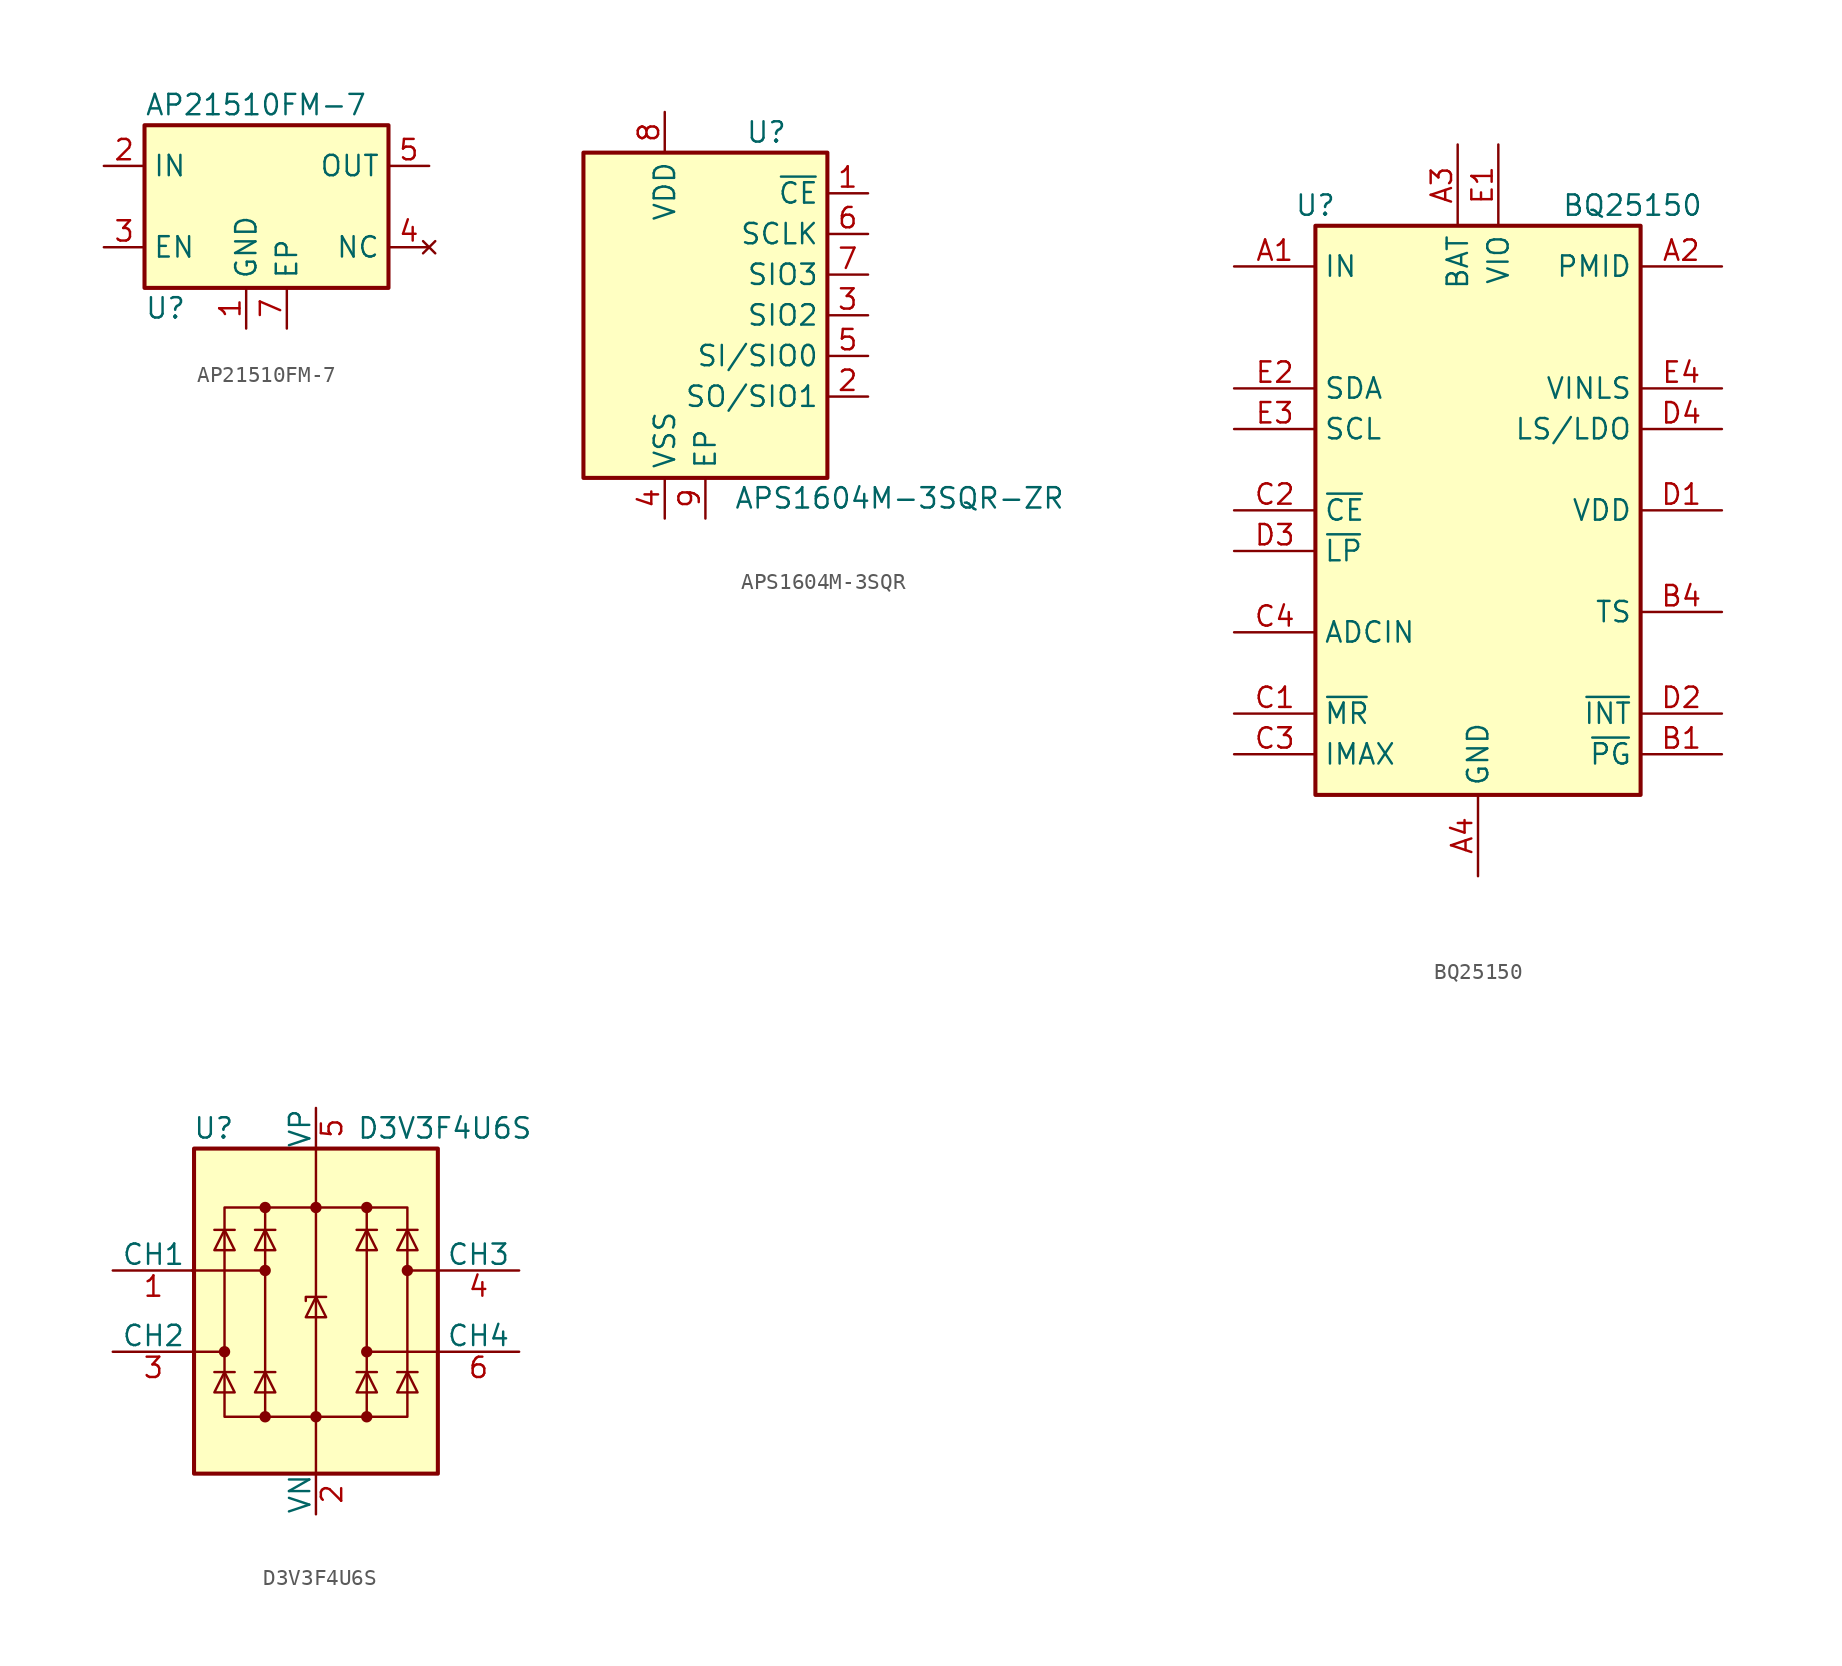
<source format=kicad_sym>
(kicad_symbol_lib
  (version 20231120)
  (generator "kicad_symbol_editor")
  (generator_version "8.0")
  (symbol "AP21510FM-7"
    (property "Reference" "U"
      (at -7.62 -6.35 0)
      (effects (font (size 1.27 1.27)) (justify left)))
    (property "Value" "AP21510FM-7"
      (at -7.62 6.35 0)
      (effects (font (size 1.27 1.27)) (justify left)))
    (symbol "AP21510FM-7_0_1"
      (rectangle (start -7.62 5.08) (end 7.62 -5.08) (stroke (width 0.254) (type default)) (fill (type background))))
    (symbol "AP21510FM-7_1_1"
      (pin power_in line (at -1.27 -7.62 90) (length 2.54) (name "GND" (effects (font (size 1.27 1.27)))) (number "1" (effects (font (size 1.27 1.27)))))
      (pin power_in line (at -10.16 2.54 0) (length 2.54) (name "IN" (effects (font (size 1.27 1.27)))) (number "2" (effects (font (size 1.27 1.27)))))
      (pin input line (at -10.16 -2.54 0) (length 2.54) (name "EN" (effects (font (size 1.27 1.27)))) (number "3" (effects (font (size 1.27 1.27)))))
      (pin no_connect line (at 10.16 -2.54 180) (length 2.54) (name "NC" (effects (font (size 1.27 1.27)))) (number "4" (effects (font (size 1.27 1.27)))))
      (pin power_out line (at 10.16 2.54 180) (length 2.54) (name "OUT" (effects (font (size 1.27 1.27)))) (number "5" (effects (font (size 1.27 1.27)))))
      (pin passive line (at 10.16 2.54 180) (length 2.54) hide (name "OUT" (effects (font (size 1.27 1.27)))) (number "6" (effects (font (size 1.27 1.27)))))
      (pin power_in line (at 1.27 -7.62 90) (length 2.54) (name "EP" (effects (font (size 1.27 1.27)))) (number "7" (effects (font (size 1.27 1.27)))))))
  (symbol "APS1604M-3SQR"
    (property "Reference" "U"
      (at 3.81 11.43 0)
      (effects (font (size 1.27 1.27))))
    (property "Value" "APS1604M-3SQR-ZR"
      (at 1.778 -11.43 0)
      (effects (font (size 1.27 1.27)) (justify left)))
    (symbol "APS1604M-3SQR_0_1"
      (rectangle (start -7.62 10.16) (end 7.62 -10.16) (stroke (width 0.254) (type default)) (fill (type background))))
    (symbol "APS1604M-3SQR_1_1"
      (pin input line (at 10.16 7.62 180) (length 2.54) (name "~{CE}" (effects (font (size 1.27 1.27)))) (number "1" (effects (font (size 1.27 1.27)))))
      (pin output line (at 10.16 -5.08 180) (length 2.54) (name "SO/SIO1" (effects (font (size 1.27 1.27)))) (number "2" (effects (font (size 1.27 1.27)))))
      (pin bidirectional line (at 10.16 0 180) (length 2.54) (name "SIO2" (effects (font (size 1.27 1.27)))) (number "3" (effects (font (size 1.27 1.27)))))
      (pin power_in line (at -2.54 -12.7 90) (length 2.54) (name "VSS" (effects (font (size 1.27 1.27)))) (number "4" (effects (font (size 1.27 1.27)))))
      (pin input line (at 10.16 -2.54 180) (length 2.54) (name "SI/SIO0" (effects (font (size 1.27 1.27)))) (number "5" (effects (font (size 1.27 1.27)))))
      (pin output line (at 10.16 5.08 180) (length 2.54) (name "SCLK" (effects (font (size 1.27 1.27)))) (number "6" (effects (font (size 1.27 1.27)))))
      (pin bidirectional line (at 10.16 2.54 180) (length 2.54) (name "SIO3" (effects (font (size 1.27 1.27)))) (number "7" (effects (font (size 1.27 1.27)))))
      (pin power_in line (at -2.54 12.7 270) (length 2.54) (name "VDD" (effects (font (size 1.27 1.27)))) (number "8" (effects (font (size 1.27 1.27)))))
      (pin power_in line (at 0 -12.7 90) (length 2.54) (name "EP" (effects (font (size 1.27 1.27)))) (number "9" (effects (font (size 1.27 1.27)))))))
  (symbol "BQ25150"
    (property "Reference" "U"
      (at -10.16 19.05 0)
      (effects (font (size 1.27 1.27))))
    (property "Value" "BQ25150"
      (at 9.652 19.05 0)
      (effects (font (size 1.27 1.27))))
    (symbol "BQ25150_1_1"
      (rectangle (start -10.16 17.78) (end 10.16 -17.78) (stroke (width 0.254) (type default)) (fill (type background)))
      (pin power_in line (at -15.24 15.24 0) (length 5.08) (name "IN" (effects (font (size 1.27 1.27)))) (number "A1" (effects (font (size 1.27 1.27)))))
      (pin power_out line (at 15.24 15.24 180) (length 5.08) (name "PMID" (effects (font (size 1.27 1.27)))) (number "A2" (effects (font (size 1.27 1.27)))))
      (pin power_in line (at -1.27 22.86 270) (length 5.08) (name "BAT" (effects (font (size 1.27 1.27)))) (number "A3" (effects (font (size 1.27 1.27)))))
      (pin power_in line (at 0 -22.86 90) (length 5.08) (name "GND" (effects (font (size 1.27 1.27)))) (number "A4" (effects (font (size 1.27 1.27)))))
      (pin output line (at 15.24 -15.24 180) (length 5.08) (name "~{PG}" (effects (font (size 1.27 1.27)))) (number "B1" (effects (font (size 1.27 1.27)))))
      (pin passive line (at 15.24 15.24 180) (length 5.08) hide (name "PMID" (effects (font (size 1.27 1.27)))) (number "B2" (effects (font (size 1.27 1.27)))))
      (pin passive line (at -1.27 22.86 270) (length 5.08) hide (name "BAT" (effects (font (size 1.27 1.27)))) (number "B3" (effects (font (size 1.27 1.27)))))
      (pin power_out line (at 15.24 -6.35 180) (length 5.08) (name "TS" (effects (font (size 1.27 1.27)))) (number "B4" (effects (font (size 1.27 1.27)))))
      (pin input line (at -15.24 -12.7 0) (length 5.08) (name "~{MR}" (effects (font (size 1.27 1.27)))) (number "C1" (effects (font (size 1.27 1.27)))))
      (pin input line (at -15.24 0 0) (length 5.08) (name "~{CE}" (effects (font (size 1.27 1.27)))) (number "C2" (effects (font (size 1.27 1.27)))))
      (pin input line (at -15.24 -15.24 0) (length 5.08) (name "IMAX" (effects (font (size 1.27 1.27)))) (number "C3" (effects (font (size 1.27 1.27)))))
      (pin input line (at -15.24 -7.62 0) (length 5.08) (name "ADCIN" (effects (font (size 1.27 1.27)))) (number "C4" (effects (font (size 1.27 1.27)))))
      (pin power_out line (at 15.24 0 180) (length 5.08) (name "VDD" (effects (font (size 1.27 1.27)))) (number "D1" (effects (font (size 1.27 1.27)))))
      (pin output line (at 15.24 -12.7 180) (length 5.08) (name "~{INT}" (effects (font (size 1.27 1.27)))) (number "D2" (effects (font (size 1.27 1.27)))))
      (pin input line (at -15.24 -2.54 0) (length 5.08) (name "~{LP}" (effects (font (size 1.27 1.27)))) (number "D3" (effects (font (size 1.27 1.27)))))
      (pin power_out line (at 15.24 5.08 180) (length 5.08) (name "LS/LDO" (effects (font (size 1.27 1.27)))) (number "D4" (effects (font (size 1.27 1.27)))))
      (pin power_in line (at 1.27 22.86 270) (length 5.08) (name "VIO" (effects (font (size 1.27 1.27)))) (number "E1" (effects (font (size 1.27 1.27)))))
      (pin bidirectional line (at -15.24 7.62 0) (length 5.08) (name "SDA" (effects (font (size 1.27 1.27)))) (number "E2" (effects (font (size 1.27 1.27)))))
      (pin input line (at -15.24 5.08 0) (length 5.08) (name "SCL" (effects (font (size 1.27 1.27)))) (number "E3" (effects (font (size 1.27 1.27)))))
      (pin power_in line (at 15.24 7.62 180) (length 5.08) (name "VINLS" (effects (font (size 1.27 1.27)))) (number "E4" (effects (font (size 1.27 1.27)))))))
  (symbol "D3V3F4U6S"
    (pin_names
      (offset 0))
    (property "Reference" "U"
      (at -5.08 11.43 0)
      (effects (font (size 1.27 1.27)) (justify right)))
    (property "Value" "D3V3F4U6S"
      (at 2.54 11.43 0)
      (effects (font (size 1.27 1.27)) (justify left)))
    (symbol "D3V3F4U6S_0_0"
      (rectangle (start -5.715 6.477) (end 5.715 -6.604) (stroke (width 0) (type default)) (fill (type none)))
      (polyline (pts (xy -3.175 -6.604) (xy -3.175 6.477)) (stroke (width 0) (type default)) (fill (type none)))
      (polyline (pts (xy 3.175 6.477) (xy 3.175 -6.604)) (stroke (width 0) (type default)) (fill (type none))))
    (symbol "D3V3F4U6S_0_1"
      (rectangle (start -7.62 10.16) (end 7.62 -10.16) (stroke (width 0.254) (type default)) (fill (type background)))
      (circle (center -5.715 -2.54) (radius 0.279) (stroke (width 0) (type default)) (fill (type outline)))
      (circle (center -3.175 -6.604) (radius 0.279) (stroke (width 0) (type default)) (fill (type outline)))
      (circle (center -3.175 2.54) (radius 0.279) (stroke (width 0) (type default)) (fill (type outline)))
      (circle (center -3.175 6.477) (radius 0.279) (stroke (width 0) (type default)) (fill (type outline)))
      (circle (center 0 -6.604) (radius 0.279) (stroke (width 0) (type default)) (fill (type outline)))
      (polyline (pts (xy -7.747 2.54) (xy -3.175 2.54)) (stroke (width 0) (type default)) (fill (type none)))
      (polyline (pts (xy -7.62 -2.54) (xy -5.715 -2.54)) (stroke (width 0) (type default)) (fill (type none)))
      (polyline (pts (xy -5.08 -3.81) (xy -6.35 -3.81)) (stroke (width 0) (type default)) (fill (type none)))
      (polyline (pts (xy -5.08 5.08) (xy -6.35 5.08)) (stroke (width 0) (type default)) (fill (type none)))
      (polyline (pts (xy -2.54 -3.81) (xy -3.81 -3.81)) (stroke (width 0) (type default)) (fill (type none)))
      (polyline (pts (xy -2.54 5.08) (xy -3.81 5.08)) (stroke (width 0) (type default)) (fill (type none)))
      (polyline (pts (xy 0 10.16) (xy 0 -10.16)) (stroke (width 0) (type default)) (fill (type none)))
      (polyline (pts (xy 3.81 -3.81) (xy 2.54 -3.81)) (stroke (width 0) (type default)) (fill (type none)))
      (polyline (pts (xy 3.81 5.08) (xy 2.54 5.08)) (stroke (width 0) (type default)) (fill (type none)))
      (polyline (pts (xy 6.35 -3.81) (xy 5.08 -3.81)) (stroke (width 0) (type default)) (fill (type none)))
      (polyline (pts (xy 6.35 5.08) (xy 5.08 5.08)) (stroke (width 0) (type default)) (fill (type none)))
      (polyline (pts (xy 7.62 -2.54) (xy 3.175 -2.54)) (stroke (width 0) (type default)) (fill (type none)))
      (polyline (pts (xy 7.62 2.54) (xy 5.715 2.54)) (stroke (width 0) (type default)) (fill (type none)))
      (polyline (pts (xy 0.635 0.889) (xy -0.635 0.889) (xy -0.635 0.635)) (stroke (width 0) (type default)) (fill (type none)))
      (polyline (pts (xy -5.08 -5.08) (xy -6.35 -5.08) (xy -5.715 -3.81) (xy -5.08 -5.08)) (stroke (width 0) (type default)) (fill (type none)))
      (polyline (pts (xy -5.08 3.81) (xy -6.35 3.81) (xy -5.715 5.08) (xy -5.08 3.81)) (stroke (width 0) (type default)) (fill (type none)))
      (polyline (pts (xy -2.54 -5.08) (xy -3.81 -5.08) (xy -3.175 -3.81) (xy -2.54 -5.08)) (stroke (width 0) (type default)) (fill (type none)))
      (polyline (pts (xy -2.54 3.81) (xy -3.81 3.81) (xy -3.175 5.08) (xy -2.54 3.81)) (stroke (width 0) (type default)) (fill (type none)))
      (polyline (pts (xy 0.635 -0.381) (xy -0.635 -0.381) (xy 0 0.889) (xy 0.635 -0.381)) (stroke (width 0) (type default)) (fill (type none)))
      (polyline (pts (xy 3.81 -5.08) (xy 2.54 -5.08) (xy 3.175 -3.81) (xy 3.81 -5.08)) (stroke (width 0) (type default)) (fill (type none)))
      (polyline (pts (xy 3.81 3.81) (xy 2.54 3.81) (xy 3.175 5.08) (xy 3.81 3.81)) (stroke (width 0) (type default)) (fill (type none)))
      (polyline (pts (xy 6.35 -5.08) (xy 5.08 -5.08) (xy 5.715 -3.81) (xy 6.35 -5.08)) (stroke (width 0) (type default)) (fill (type none)))
      (polyline (pts (xy 6.35 3.81) (xy 5.08 3.81) (xy 5.715 5.08) (xy 6.35 3.81)) (stroke (width 0) (type default)) (fill (type none)))
      (circle (center 0 6.477) (radius 0.279) (stroke (width 0) (type default)) (fill (type outline)))
      (circle (center 3.175 -6.604) (radius 0.279) (stroke (width 0) (type default)) (fill (type outline)))
      (circle (center 3.175 -2.54) (radius 0.279) (stroke (width 0) (type default)) (fill (type outline)))
      (circle (center 3.175 6.477) (radius 0.279) (stroke (width 0) (type default)) (fill (type outline)))
      (circle (center 5.715 2.54) (radius 0.279) (stroke (width 0) (type default)) (fill (type outline))))
    (symbol "D3V3F4U6S_1_1"
      (pin passive line (at -12.7 2.54 0) (length 5.08) (name "CH1" (effects (font (size 1.27 1.27)))) (number "1" (effects (font (size 1.27 1.27)))))
      (pin passive line (at 0 -12.7 90) (length 2.54) (name "VN" (effects (font (size 1.27 1.27)))) (number "2" (effects (font (size 1.27 1.27)))))
      (pin passive line (at -12.7 -2.54 0) (length 5.08) (name "CH2" (effects (font (size 1.27 1.27)))) (number "3" (effects (font (size 1.27 1.27)))))
      (pin passive line (at 12.7 2.54 180) (length 5.08) (name "CH3" (effects (font (size 1.27 1.27)))) (number "4" (effects (font (size 1.27 1.27)))))
      (pin passive line (at 0 12.7 270) (length 2.54) (name "VP" (effects (font (size 1.27 1.27)))) (number "5" (effects (font (size 1.27 1.27)))))
      (pin passive line (at 12.7 -2.54 180) (length 5.08) (name "CH4" (effects (font (size 1.27 1.27)))) (number "6" (effects (font (size 1.27 1.27))))))))
</source>
